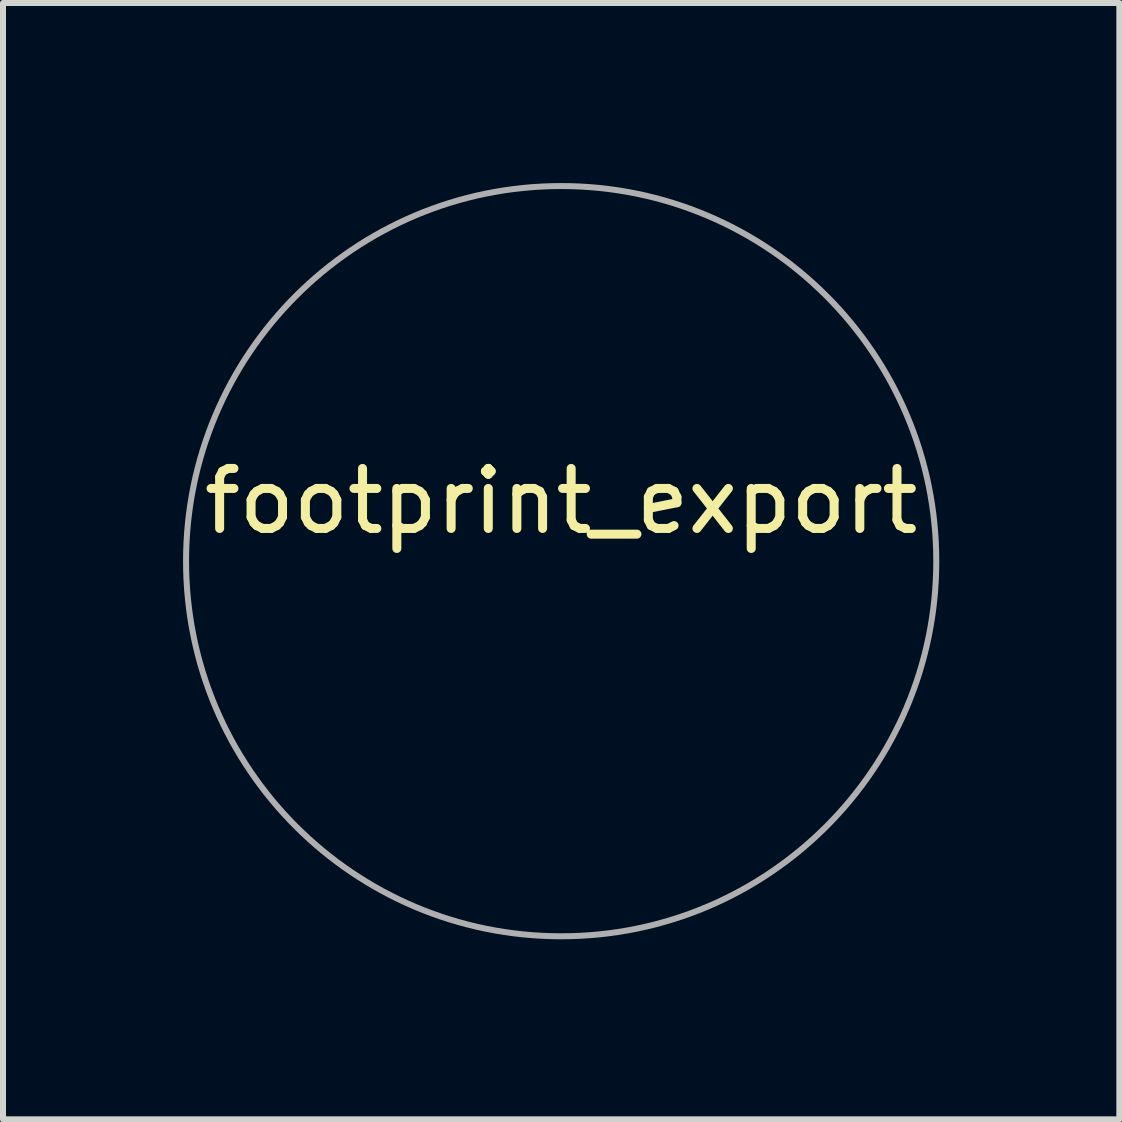
<source format=kicad_pcb>
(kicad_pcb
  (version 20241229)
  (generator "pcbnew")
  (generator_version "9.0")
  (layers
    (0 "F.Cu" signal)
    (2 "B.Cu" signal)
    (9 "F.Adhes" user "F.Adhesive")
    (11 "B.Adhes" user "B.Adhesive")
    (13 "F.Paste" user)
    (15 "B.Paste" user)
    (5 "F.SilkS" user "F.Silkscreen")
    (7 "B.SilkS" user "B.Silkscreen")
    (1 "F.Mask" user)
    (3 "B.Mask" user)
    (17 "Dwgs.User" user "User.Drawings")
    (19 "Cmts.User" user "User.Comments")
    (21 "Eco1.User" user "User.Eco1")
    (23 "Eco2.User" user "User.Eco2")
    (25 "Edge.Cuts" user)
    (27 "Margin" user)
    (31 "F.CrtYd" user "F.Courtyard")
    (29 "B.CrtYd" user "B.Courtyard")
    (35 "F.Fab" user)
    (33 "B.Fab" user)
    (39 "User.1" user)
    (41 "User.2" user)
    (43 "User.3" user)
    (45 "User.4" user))
  (footprint "footprint_export"
    (layer "F.Cu")
    (at 6.3 6.3)
    (property "Reference" "footprint_export" (at 0 -1 0) (layer "F.SilkS") (effects (font (size 1 1) (thickness 0.15))))
    (attr exclude_from_pos_files exclude_from_bom)
    (fp_circle (center 0 0) (end 6.25 0) (stroke (width 0.1) (type solid)) (fill no) (layer "F.Fab")))
  (gr_rect
    (start -3 -3)
    (end 15.6 15.6)
    (stroke (width 0.1) (type default))
    (fill no)
    (layer "Edge.Cuts")))
</source>
